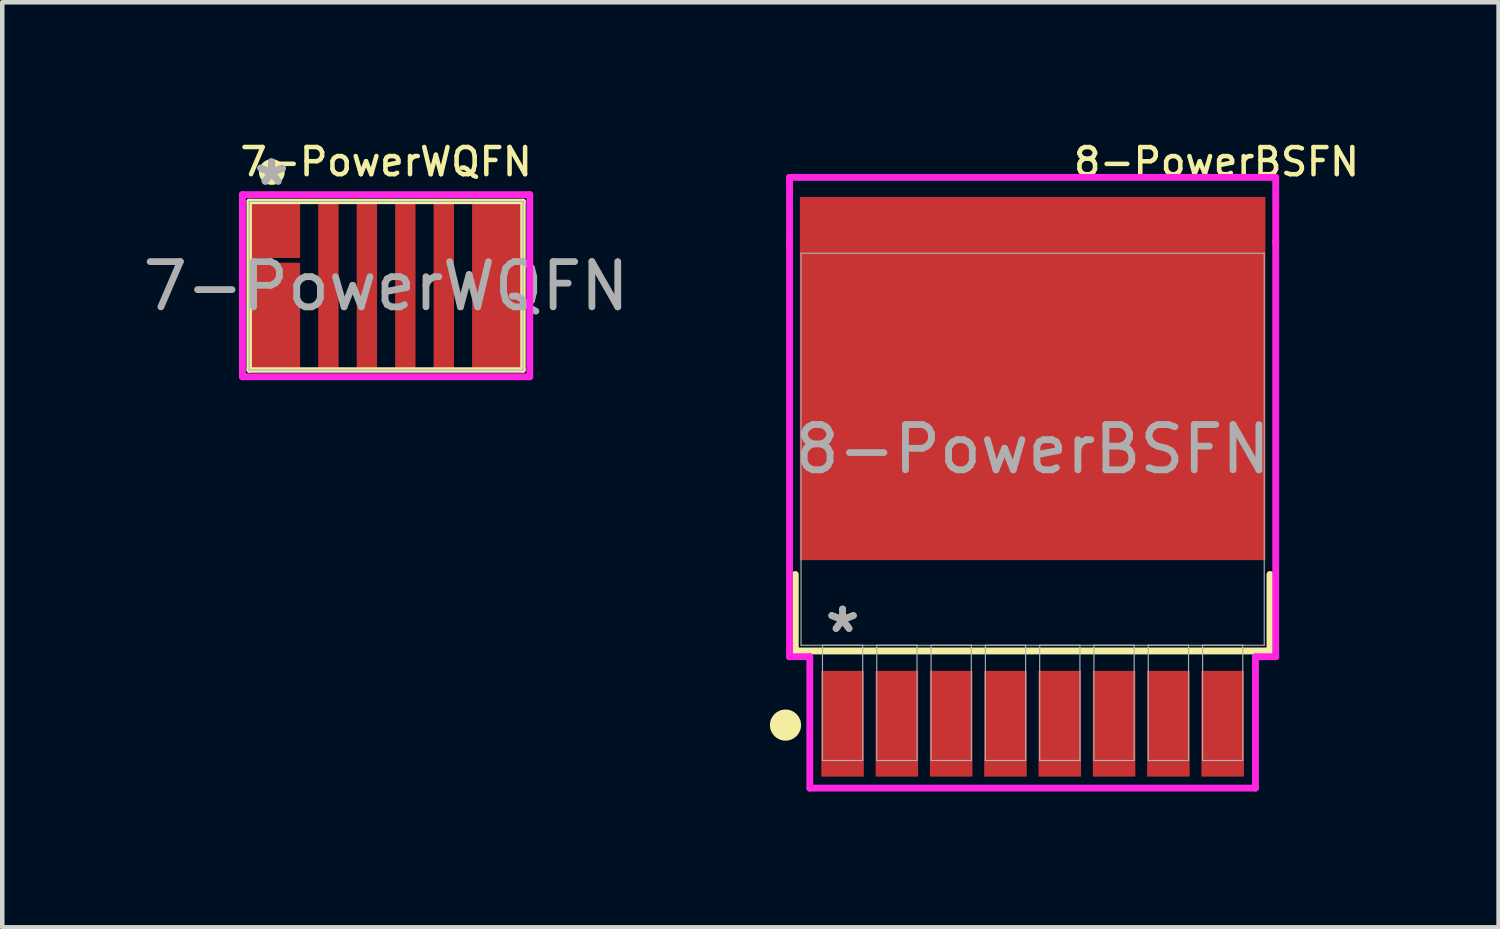
<source format=kicad_pcb>
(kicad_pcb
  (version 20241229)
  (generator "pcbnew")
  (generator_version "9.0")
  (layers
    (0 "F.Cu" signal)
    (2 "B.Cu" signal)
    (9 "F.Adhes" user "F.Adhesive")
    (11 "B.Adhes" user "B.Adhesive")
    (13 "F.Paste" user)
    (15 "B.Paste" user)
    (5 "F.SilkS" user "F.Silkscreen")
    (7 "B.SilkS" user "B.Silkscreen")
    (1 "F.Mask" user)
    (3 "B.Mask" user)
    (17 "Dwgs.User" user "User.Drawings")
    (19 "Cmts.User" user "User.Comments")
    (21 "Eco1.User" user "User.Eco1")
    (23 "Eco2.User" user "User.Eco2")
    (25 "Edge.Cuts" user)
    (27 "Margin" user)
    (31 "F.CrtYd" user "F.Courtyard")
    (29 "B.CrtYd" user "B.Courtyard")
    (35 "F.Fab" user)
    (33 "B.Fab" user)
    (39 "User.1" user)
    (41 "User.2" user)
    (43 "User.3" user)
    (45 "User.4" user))
  (footprint "7-PowerWQFN"
    (layer "F.Cu")
    (at 5.482 3.276)
    (property "Reference" "7-PowerWQFN" (at 0 -2.75 0) (unlocked yes) (layer "F.SilkS") (effects (font (size 0.6 0.6) (thickness 0.1))))
    (attr smd)
    (fp_line (start -3.025 -1.875) (end 3.025 -1.875) (stroke (width 0.12) (type default)) (layer "F.SilkS"))
    (fp_line (start -3.025 1.85) (end -3.025 -1.875) (stroke (width 0.12) (type default)) (layer "F.SilkS"))
    (fp_line (start 3.025 -1.875) (end 3.025 1.85) (stroke (width 0.12) (type default)) (layer "F.SilkS"))
    (fp_line (start 3.025 1.85) (end -3.025 1.85) (stroke (width 0.12) (type default)) (layer "F.SilkS"))
    (fp_circle (center -2.525 -2.525) (end -2.3 -2.525) (stroke (width 0.12) (type solid)) (fill yes) (layer "F.SilkS"))
    (fp_rect (start -2.675 -1.125) (end -2.45 -0.825) (stroke (width 0.05) (type solid)) (fill yes) (layer "F.Paste"))
    (fp_rect (start -2.675 -0.425) (end -2.45 -0.125) (stroke (width 0.05) (type solid)) (fill yes) (layer "F.Paste"))
    (fp_rect (start -2.675 0.115) (end -2.45 0.435) (stroke (width 0.05) (type solid)) (fill yes) (layer "F.Paste"))
    (fp_rect (start -2.675 0.765) (end -2.45 1.085) (stroke (width 0.05) (type solid)) (fill yes) (layer "F.Paste"))
    (fp_rect (start -2.305 -1.67) (end -2.025 -0.745) (stroke (width 0.05) (type solid)) (fill yes) (layer "F.Paste"))
    (fp_rect (start -2.305 -0.425) (end -2.025 0.525) (stroke (width 0.05) (type solid)) (fill yes) (layer "F.Paste"))
    (fp_rect (start -2.305 0.725) (end -2.025 1.675) (stroke (width 0.05) (type solid)) (fill yes) (layer "F.Paste"))
    (fp_rect (start -1.35 -1.675) (end -1.2 -0.225) (stroke (width 0.05) (type solid)) (fill yes) (layer "F.Paste"))
    (fp_rect (start -1.35 0.225) (end -1.2 1.675) (stroke (width 0.05) (type solid)) (fill yes) (layer "F.Paste"))
    (fp_rect (start -0.5 -1.675) (end -0.35 -0.225) (stroke (width 0.05) (type solid)) (fill yes) (layer "F.Paste"))
    (fp_rect (start -0.5 0.225) (end -0.35 1.675) (stroke (width 0.05) (type solid)) (fill yes) (layer "F.Paste"))
    (fp_rect (start 0.35 -1.675) (end 0.5 -0.225) (stroke (width 0.05) (type solid)) (fill yes) (layer "F.Paste"))
    (fp_rect (start 0.35 0.225) (end 0.5 1.675) (stroke (width 0.05) (type solid)) (fill yes) (layer "F.Paste"))
    (fp_rect (start 1.2 -1.675) (end 1.35 -0.225) (stroke (width 0.05) (type solid)) (fill yes) (layer "F.Paste"))
    (fp_rect (start 1.2 0.225) (end 1.35 1.675) (stroke (width 0.05) (type solid)) (fill yes) (layer "F.Paste"))
    (fp_rect (start 2.02 -1.675) (end 2.3 -0.725) (stroke (width 0.05) (type solid)) (fill yes) (layer "F.Paste"))
    (fp_rect (start 2.02 -0.475) (end 2.3 0.475) (stroke (width 0.05) (type solid)) (fill yes) (layer "F.Paste"))
    (fp_rect (start 2.02 0.725) (end 2.3 1.675) (stroke (width 0.05) (type solid)) (fill yes) (layer "F.Paste"))
    (fp_rect (start 2.425 -1.125) (end 2.65 -0.825) (stroke (width 0.05) (type solid)) (fill yes) (layer "F.Paste"))
    (fp_rect (start 2.425 -0.475) (end 2.65 -0.175) (stroke (width 0.05) (type solid)) (fill yes) (layer "F.Paste"))
    (fp_rect (start 2.425 0.175) (end 2.65 0.475) (stroke (width 0.05) (type solid)) (fill yes) (layer "F.Paste"))
    (fp_rect (start 2.425 0.825) (end 2.65 1.125) (stroke (width 0.05) (type solid)) (fill yes) (layer "F.Paste"))
    (fp_line (start -3.175 2) (end -3.175 -2.025) (stroke (width 0.152) (type solid)) (layer "F.CrtYd"))
    (fp_line (start 3.175 -2.025) (end -3.175 -2.025) (stroke (width 0.152) (type solid)) (layer "F.CrtYd"))
    (fp_line (start 3.175 2) (end -3.175 2) (stroke (width 0.152) (type solid)) (layer "F.CrtYd"))
    (fp_line (start 3.175 2) (end 3.175 -2.025) (stroke (width 0.152) (type solid)) (layer "F.CrtYd"))
    (fp_line (start -3.025 -1.875) (end -3.025 1.85) (stroke (width 0.025) (type solid)) (layer "F.Fab"))
    (fp_line (start -3.025 1.85) (end 3.025 1.85) (stroke (width 0.025) (type solid)) (layer "F.Fab"))
    (fp_line (start 3.025 -1.875) (end -3.025 -1.875) (stroke (width 0.025) (type solid)) (layer "F.Fab"))
    (fp_line (start 3.025 1.85) (end 3.025 -1.875) (stroke (width 0.025) (type solid)) (layer "F.Fab"))
    (fp_text user "*" (at -2.536 -2.212 0) (unlocked yes) (layer "F.Fab") (effects (font (size 1 1) (thickness 0.15))))
    (fp_text user "*" (at -2.525 -2.2 0) (layer "F.Fab") (effects (font (size 1 1) (thickness 0.15))))
    (fp_text user "${REFERENCE}" (at 0 0 0) (unlocked yes) (layer "F.Fab") (effects (font (size 1 1) (thickness 0.15))))
    (pad "1" smd custom (at -2.175 -1.2) (size 0.3 0.3) (layers "F.Cu" "F.Mask") (options (anchor rect)) (primitives (gr_rect (start -0.5 0.076) (end 0.175 0.376) (width 0.05) (fill yes)) (gr_rect (start -0.175 -0.475) (end 0.175 0.46) (width 0.05) (fill yes))))
    (pad "1" smd custom (at -2.097 -1.2) (size 0.3 0.3) (layers "F.Cu") (options (anchor circle)) (primitives (gr_rect (start -0.856 -0.6) (end 0.172 0.55) (width 0.05) (fill yes))))
    (pad "2" smd custom (at -2.8 1.6) (size 0.3 0.3) (layers "F.Cu") (options (anchor circle)) (primitives (gr_rect (start -0.153 -2.095) (end 0.875 0.195) (width 0.05) (fill yes))))
    (pad "2" smd custom (at -2.15 0.3) (size 0.3 0.3) (layers "F.Cu" "F.Mask") (options (anchor rect)) (primitives (gr_rect (start -0.525 -0.185) (end 0.15 0.135) (width 0.05) (fill yes)) (gr_rect (start -0.2 -0.724) (end 0.15 1.376) (width 0.05) (fill yes)) (gr_rect (start -0.525 0.465) (end 0.15 0.785) (width 0.05) (fill yes)) (gr_rect (start -0.525 -0.724) (end 0.15 -0.424) (width 0.05) (fill yes))))
    (pad "3" smd custom (at -1.275 0) (size 0.3 0.3) (layers "F.Cu") (options (anchor circle)) (primitives (gr_rect (start -0.2 -1.8) (end 0.2 1.8) (width 0.05) (fill yes))))
    (pad "3" smd custom (at -1.275 0.15) (size 0.3 0.3) (layers "F.Cu" "F.Mask") (options (anchor rect)) (primitives (gr_rect (start -0.125 -1.825) (end 0.125 1.525) (width 0.05) (fill yes))))
    (pad "4" smd custom (at -0.425 0.1) (size 0.3 0.3) (layers "F.Cu") (options (anchor circle)) (primitives (gr_rect (start -0.2 -1.9) (end 0.2 1.7) (width 0.05) (fill yes))))
    (pad "4" smd custom (at -0.425 0.1) (size 0.3 0.3) (layers "F.Cu" "F.Mask") (options (anchor rect)) (primitives (gr_rect (start -0.125 -1.775) (end 0.125 1.575) (width 0.05) (fill yes))))
    (pad "5" smd custom (at 0.4 -0.05) (size 0.3 0.3) (layers "F.Cu") (options (anchor circle)) (primitives (gr_rect (start -0.175 -1.75) (end 0.225 1.85) (width 0.05) (fill yes))))
    (pad "5" smd custom (at 0.425 0.1) (size 0.3 0.3) (layers "F.Cu" "F.Mask") (options (anchor rect)) (primitives (gr_rect (start -0.125 -1.775) (end 0.125 1.575) (width 0.05) (fill yes))))
    (pad "6" smd custom (at 1.275 0.075) (size 0.3 0.3) (layers "F.Cu") (options (anchor circle)) (primitives (gr_rect (start -0.2 -1.875) (end 0.2 1.725) (width 0.05) (fill yes))))
    (pad "6" smd custom (at 1.275 0.075) (size 0.3 0.3) (layers "F.Cu" "F.Mask") (options (anchor rect)) (primitives (gr_rect (start -0.125 -1.75) (end 0.125 1.6) (width 0.05) (fill yes))))
    (pad "7" smd custom (at 2.175 0.025) (size 0.3 0.3) (layers "F.Cu" "F.Mask") (options (anchor rect)) (primitives (gr_rect (start -0.175 0.15) (end 0.5 0.45) (width 0.05) (fill yes)) (gr_rect (start -0.175 -1.7) (end 0.175 1.65) (width 0.05) (fill yes)) (gr_rect (start -0.175 0.8) (end 0.5 1.1) (width 0.05) (fill yes)) (gr_rect (start -0.175 -0.5) (end 0.5 -0.2) (width 0.05) (fill yes)) (gr_rect (start -0.175 -1.15) (end 0.5 -0.85) (width 0.05) (fill yes))))
    (pad "7" smd custom (at 2.374 0.151) (size 0.3 0.3) (layers "F.Cu") (options (anchor circle)) (primitives (gr_rect (start -0.449 -1.951) (end 0.579 1.649) (width 0.05) (fill yes)))))
  (footprint "8-PowerBSFN"
    (layer "F.Cu")
    (at 19.769 6.877)
    (property "Reference" "8-PowerBSFN" (at 4.064 -6.35 0) (unlocked yes) (layer "F.SilkS") (effects (font (size 0.6 0.6) (thickness 0.1))))
    (attr smd)
    (fp_line (start -5.245 2.768) (end -5.245 4.458) (stroke (width 0.152) (type solid)) (layer "F.SilkS"))
    (fp_line (start -5.245 4.458) (end 5.245 4.458) (stroke (width 0.152) (type solid)) (layer "F.SilkS"))
    (fp_line (start 5.245 4.458) (end 5.245 2.768) (stroke (width 0.152) (type solid)) (layer "F.SilkS"))
    (fp_circle (center -5.461 6.096) (end -5.177 6.096) (stroke (width 0.12) (type solid)) (fill yes) (layer "F.SilkS"))
    (fp_line (start -5.372 -6.007) (end 5.372 -6.007) (stroke (width 0.152) (type solid)) (layer "F.CrtYd"))
    (fp_line (start -5.372 -4.585) (end -5.372 -6.007) (stroke (width 0.152) (type solid)) (layer "F.CrtYd"))
    (fp_line (start -5.372 -4.585) (end -5.372 -4.585) (stroke (width 0.152) (type solid)) (layer "F.CrtYd"))
    (fp_line (start -5.372 4.585) (end -5.372 -4.585) (stroke (width 0.152) (type solid)) (layer "F.CrtYd"))
    (fp_line (start -4.924 4.585) (end -5.372 4.585) (stroke (width 0.152) (type solid)) (layer "F.CrtYd"))
    (fp_line (start -4.924 7.489) (end -4.924 4.585) (stroke (width 0.152) (type solid)) (layer "F.CrtYd"))
    (fp_line (start 4.924 4.585) (end 4.924 7.489) (stroke (width 0.152) (type solid)) (layer "F.CrtYd"))
    (fp_line (start 4.924 7.489) (end -4.924 7.489) (stroke (width 0.152) (type solid)) (layer "F.CrtYd"))
    (fp_line (start 5.372 -6.007) (end 5.372 -4.585) (stroke (width 0.152) (type solid)) (layer "F.CrtYd"))
    (fp_line (start 5.372 -4.585) (end 5.372 -4.585) (stroke (width 0.152) (type solid)) (layer "F.CrtYd"))
    (fp_line (start 5.372 -4.585) (end 5.372 4.585) (stroke (width 0.152) (type solid)) (layer "F.CrtYd"))
    (fp_line (start 5.372 4.585) (end 4.924 4.585) (stroke (width 0.152) (type solid)) (layer "F.CrtYd"))
    (fp_line (start -5.118 -4.331) (end -5.118 4.331) (stroke (width 0.025) (type solid)) (layer "F.Fab"))
    (fp_line (start -5.118 4.331) (end 5.118 4.331) (stroke (width 0.025) (type solid)) (layer "F.Fab"))
    (fp_line (start -4.644 4.331) (end -4.644 6.879) (stroke (width 0.025) (type solid)) (layer "F.Fab"))
    (fp_line (start -4.644 6.879) (end -3.755 6.879) (stroke (width 0.025) (type solid)) (layer "F.Fab"))
    (fp_line (start -3.755 4.331) (end -4.644 4.331) (stroke (width 0.025) (type solid)) (layer "F.Fab"))
    (fp_line (start -3.755 6.879) (end -3.755 4.331) (stroke (width 0.025) (type solid)) (layer "F.Fab"))
    (fp_line (start -3.444 4.331) (end -3.444 6.879) (stroke (width 0.025) (type solid)) (layer "F.Fab"))
    (fp_line (start -3.444 6.879) (end -2.555 6.879) (stroke (width 0.025) (type solid)) (layer "F.Fab"))
    (fp_line (start -2.555 4.331) (end -3.444 4.331) (stroke (width 0.025) (type solid)) (layer "F.Fab"))
    (fp_line (start -2.555 6.879) (end -2.555 4.331) (stroke (width 0.025) (type solid)) (layer "F.Fab"))
    (fp_line (start -2.244 4.331) (end -2.244 6.879) (stroke (width 0.025) (type solid)) (layer "F.Fab"))
    (fp_line (start -2.244 6.879) (end -1.355 6.879) (stroke (width 0.025) (type solid)) (layer "F.Fab"))
    (fp_line (start -1.355 4.331) (end -2.244 4.331) (stroke (width 0.025) (type solid)) (layer "F.Fab"))
    (fp_line (start -1.355 6.879) (end -1.355 4.331) (stroke (width 0.025) (type solid)) (layer "F.Fab"))
    (fp_line (start -1.044 4.331) (end -1.044 6.879) (stroke (width 0.025) (type solid)) (layer "F.Fab"))
    (fp_line (start -1.044 6.879) (end -0.155 6.879) (stroke (width 0.025) (type solid)) (layer "F.Fab"))
    (fp_line (start -0.155 4.331) (end -1.044 4.331) (stroke (width 0.025) (type solid)) (layer "F.Fab"))
    (fp_line (start -0.155 6.879) (end -0.155 4.331) (stroke (width 0.025) (type solid)) (layer "F.Fab"))
    (fp_line (start 0.156 4.331) (end 0.156 6.879) (stroke (width 0.025) (type solid)) (layer "F.Fab"))
    (fp_line (start 0.156 6.879) (end 1.045 6.879) (stroke (width 0.025) (type solid)) (layer "F.Fab"))
    (fp_line (start 1.045 4.331) (end 0.156 4.331) (stroke (width 0.025) (type solid)) (layer "F.Fab"))
    (fp_line (start 1.045 6.879) (end 1.045 4.331) (stroke (width 0.025) (type solid)) (layer "F.Fab"))
    (fp_line (start 1.355 4.331) (end 1.355 6.879) (stroke (width 0.025) (type solid)) (layer "F.Fab"))
    (fp_line (start 1.355 6.879) (end 2.244 6.879) (stroke (width 0.025) (type solid)) (layer "F.Fab"))
    (fp_line (start 2.244 4.331) (end 1.355 4.331) (stroke (width 0.025) (type solid)) (layer "F.Fab"))
    (fp_line (start 2.244 6.879) (end 2.244 4.331) (stroke (width 0.025) (type solid)) (layer "F.Fab"))
    (fp_line (start 2.555 4.331) (end 2.555 6.879) (stroke (width 0.025) (type solid)) (layer "F.Fab"))
    (fp_line (start 2.555 6.879) (end 3.445 6.879) (stroke (width 0.025) (type solid)) (layer "F.Fab"))
    (fp_line (start 3.445 4.331) (end 2.555 4.331) (stroke (width 0.025) (type solid)) (layer "F.Fab"))
    (fp_line (start 3.445 6.879) (end 3.445 4.331) (stroke (width 0.025) (type solid)) (layer "F.Fab"))
    (fp_line (start 3.756 4.331) (end 3.756 6.879) (stroke (width 0.025) (type solid)) (layer "F.Fab"))
    (fp_line (start 3.756 6.879) (end 4.644 6.879) (stroke (width 0.025) (type solid)) (layer "F.Fab"))
    (fp_line (start 4.644 4.331) (end 3.756 4.331) (stroke (width 0.025) (type solid)) (layer "F.Fab"))
    (fp_line (start 4.644 6.879) (end 4.644 4.331) (stroke (width 0.025) (type solid)) (layer "F.Fab"))
    (fp_line (start 5.118 -4.331) (end -5.118 -4.331) (stroke (width 0.025) (type solid)) (layer "F.Fab"))
    (fp_line (start 5.118 4.331) (end 5.118 -4.331) (stroke (width 0.025) (type solid)) (layer "F.Fab"))
    (fp_text user "${REFERENCE}" (at 0 0 0) (unlocked yes) (layer "F.Fab") (effects (font (size 1 1) (thickness 0.15))))
    (fp_text user "*" (at -4.2 4.077 0) (layer "F.Fab") (effects (font (size 1 1) (thickness 0.15))))
    (fp_text user "*" (at -4.2 4.077 0) (unlocked yes) (layer "F.Fab") (effects (font (size 1 1) (thickness 0.15))))
    (pad "1" smd rect (at -4.2 6.066) (size 0.94 2.337) (layers "F.Cu" "F.Mask" "F.Paste"))
    (pad "2" smd rect (at -3 6.066) (size 0.94 2.337) (layers "F.Cu" "F.Mask" "F.Paste"))
    (pad "3" smd rect (at -1.8 6.066) (size 0.94 2.337) (layers "F.Cu" "F.Mask" "F.Paste"))
    (pad "4" smd rect (at -0.6 6.066) (size 0.94 2.337) (layers "F.Cu" "F.Mask" "F.Paste"))
    (pad "5" smd rect (at 0.6 6.066) (size 0.94 2.337) (layers "F.Cu" "F.Mask" "F.Paste"))
    (pad "6" smd rect (at 1.8 6.066) (size 0.94 2.337) (layers "F.Cu" "F.Mask" "F.Paste"))
    (pad "7" smd rect (at 3 6.066) (size 0.94 2.337) (layers "F.Cu" "F.Mask" "F.Paste"))
    (pad "8" smd rect (at 4.2 6.066) (size 0.94 2.337) (layers "F.Cu" "F.Mask" "F.Paste"))
    (pad "9" smd rect (at 0 -1.562) (size 10.287 8.026) (layers "F.Cu" "F.Mask" "F.Paste")))
  (gr_rect
    (start -3 -3)
    (end 30.066 17.442)
    (stroke (width 0.1) (type default))
    (fill no)
    (layer "Edge.Cuts")))
</source>
